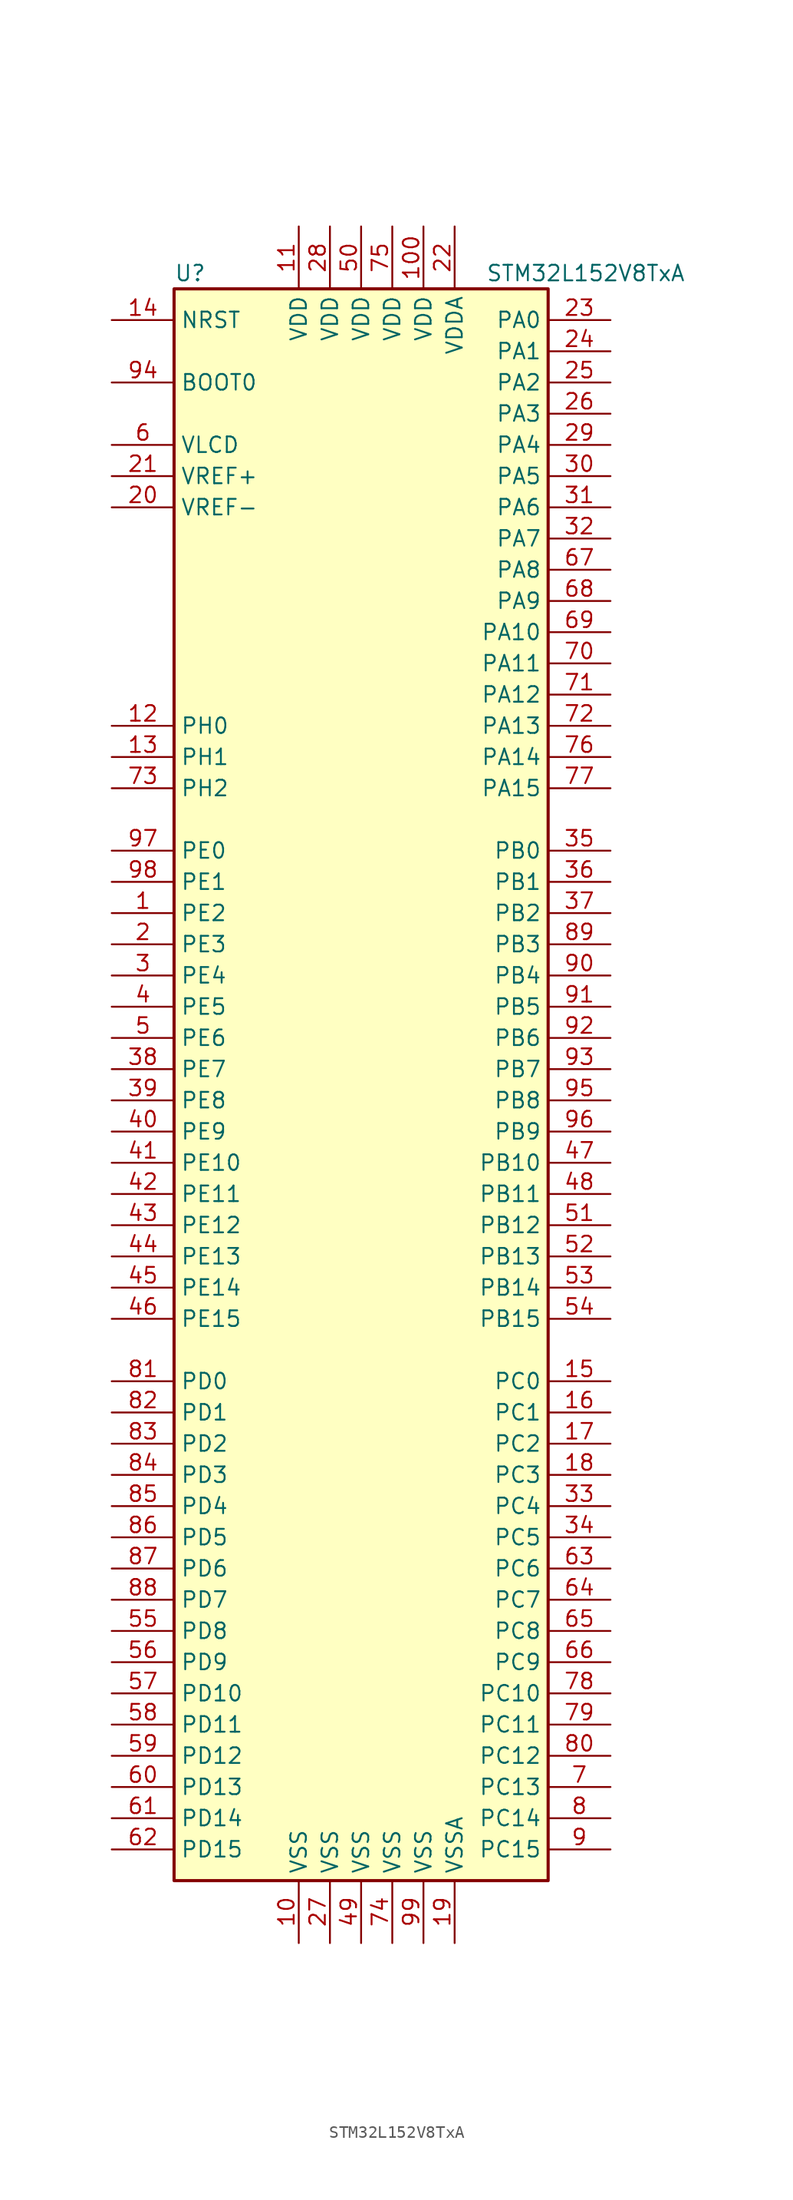
<source format=kicad_sym>
(kicad_symbol_lib
  (version 20201005)
  (generator kicad_symbol_editor)
  (symbol "STM32L152V8TxA"
    (property "Reference" "U"
      (at -15.24 64.77 0)
      (effects (font (size 1.27 1.27)) (justify left)))
    (property "Value" "STM32L152V8TxA"
      (at 10.16 64.77 0)
      (effects (font (size 1.27 1.27)) (justify left)))
    (symbol "STM32L152V8TxA_0_1"
      (rectangle (start -15.24 -66.04) (end 15.24 63.5) (stroke (width 0.254)) (fill (type background))))
    (symbol "STM32L152V8TxA_1_1"
      (pin bidirectional line (at -20.32 12.7 0) (length 5.08) (name "PE2" (effects (font (size 1.27 1.27)))) (number "1" (effects (font (size 1.27 1.27)))))
      (pin power_in line (at -5.08 -71.12 90) (length 5.08) (name "VSS" (effects (font (size 1.27 1.27)))) (number "10" (effects (font (size 1.27 1.27)))))
      (pin power_in line (at 5.08 68.58 270) (length 5.08) (name "VDD" (effects (font (size 1.27 1.27)))) (number "100" (effects (font (size 1.27 1.27)))))
      (pin power_in line (at -5.08 68.58 270) (length 5.08) (name "VDD" (effects (font (size 1.27 1.27)))) (number "11" (effects (font (size 1.27 1.27)))))
      (pin input line (at -20.32 27.94 0) (length 5.08) (name "PH0" (effects (font (size 1.27 1.27)))) (number "12" (effects (font (size 1.27 1.27)))))
      (pin input line (at -20.32 25.4 0) (length 5.08) (name "PH1" (effects (font (size 1.27 1.27)))) (number "13" (effects (font (size 1.27 1.27)))))
      (pin input line (at -20.32 60.96 0) (length 5.08) (name "NRST" (effects (font (size 1.27 1.27)))) (number "14" (effects (font (size 1.27 1.27)))))
      (pin bidirectional line (at 20.32 -25.4 180) (length 5.08) (name "PC0" (effects (font (size 1.27 1.27)))) (number "15" (effects (font (size 1.27 1.27)))))
      (pin bidirectional line (at 20.32 -27.94 180) (length 5.08) (name "PC1" (effects (font (size 1.27 1.27)))) (number "16" (effects (font (size 1.27 1.27)))))
      (pin bidirectional line (at 20.32 -30.48 180) (length 5.08) (name "PC2" (effects (font (size 1.27 1.27)))) (number "17" (effects (font (size 1.27 1.27)))))
      (pin bidirectional line (at 20.32 -33.02 180) (length 5.08) (name "PC3" (effects (font (size 1.27 1.27)))) (number "18" (effects (font (size 1.27 1.27)))))
      (pin power_in line (at 7.62 -71.12 90) (length 5.08) (name "VSSA" (effects (font (size 1.27 1.27)))) (number "19" (effects (font (size 1.27 1.27)))))
      (pin bidirectional line (at -20.32 10.16 0) (length 5.08) (name "PE3" (effects (font (size 1.27 1.27)))) (number "2" (effects (font (size 1.27 1.27)))))
      (pin power_in line (at -20.32 45.72 0) (length 5.08) (name "VREF-" (effects (font (size 1.27 1.27)))) (number "20" (effects (font (size 1.27 1.27)))))
      (pin power_in line (at -20.32 48.26 0) (length 5.08) (name "VREF+" (effects (font (size 1.27 1.27)))) (number "21" (effects (font (size 1.27 1.27)))))
      (pin power_in line (at 7.62 68.58 270) (length 5.08) (name "VDDA" (effects (font (size 1.27 1.27)))) (number "22" (effects (font (size 1.27 1.27)))))
      (pin bidirectional line (at 20.32 60.96 180) (length 5.08) (name "PA0" (effects (font (size 1.27 1.27)))) (number "23" (effects (font (size 1.27 1.27)))))
      (pin bidirectional line (at 20.32 58.42 180) (length 5.08) (name "PA1" (effects (font (size 1.27 1.27)))) (number "24" (effects (font (size 1.27 1.27)))))
      (pin bidirectional line (at 20.32 55.88 180) (length 5.08) (name "PA2" (effects (font (size 1.27 1.27)))) (number "25" (effects (font (size 1.27 1.27)))))
      (pin bidirectional line (at 20.32 53.34 180) (length 5.08) (name "PA3" (effects (font (size 1.27 1.27)))) (number "26" (effects (font (size 1.27 1.27)))))
      (pin power_in line (at -2.54 -71.12 90) (length 5.08) (name "VSS" (effects (font (size 1.27 1.27)))) (number "27" (effects (font (size 1.27 1.27)))))
      (pin power_in line (at -2.54 68.58 270) (length 5.08) (name "VDD" (effects (font (size 1.27 1.27)))) (number "28" (effects (font (size 1.27 1.27)))))
      (pin bidirectional line (at 20.32 50.8 180) (length 5.08) (name "PA4" (effects (font (size 1.27 1.27)))) (number "29" (effects (font (size 1.27 1.27)))))
      (pin bidirectional line (at -20.32 7.62 0) (length 5.08) (name "PE4" (effects (font (size 1.27 1.27)))) (number "3" (effects (font (size 1.27 1.27)))))
      (pin bidirectional line (at 20.32 48.26 180) (length 5.08) (name "PA5" (effects (font (size 1.27 1.27)))) (number "30" (effects (font (size 1.27 1.27)))))
      (pin bidirectional line (at 20.32 45.72 180) (length 5.08) (name "PA6" (effects (font (size 1.27 1.27)))) (number "31" (effects (font (size 1.27 1.27)))))
      (pin bidirectional line (at 20.32 43.18 180) (length 5.08) (name "PA7" (effects (font (size 1.27 1.27)))) (number "32" (effects (font (size 1.27 1.27)))))
      (pin bidirectional line (at 20.32 -35.56 180) (length 5.08) (name "PC4" (effects (font (size 1.27 1.27)))) (number "33" (effects (font (size 1.27 1.27)))))
      (pin bidirectional line (at 20.32 -38.1 180) (length 5.08) (name "PC5" (effects (font (size 1.27 1.27)))) (number "34" (effects (font (size 1.27 1.27)))))
      (pin bidirectional line (at 20.32 17.78 180) (length 5.08) (name "PB0" (effects (font (size 1.27 1.27)))) (number "35" (effects (font (size 1.27 1.27)))))
      (pin bidirectional line (at 20.32 15.24 180) (length 5.08) (name "PB1" (effects (font (size 1.27 1.27)))) (number "36" (effects (font (size 1.27 1.27)))))
      (pin bidirectional line (at 20.32 12.7 180) (length 5.08) (name "PB2" (effects (font (size 1.27 1.27)))) (number "37" (effects (font (size 1.27 1.27)))))
      (pin bidirectional line (at -20.32 0 0) (length 5.08) (name "PE7" (effects (font (size 1.27 1.27)))) (number "38" (effects (font (size 1.27 1.27)))))
      (pin bidirectional line (at -20.32 -2.54 0) (length 5.08) (name "PE8" (effects (font (size 1.27 1.27)))) (number "39" (effects (font (size 1.27 1.27)))))
      (pin bidirectional line (at -20.32 5.08 0) (length 5.08) (name "PE5" (effects (font (size 1.27 1.27)))) (number "4" (effects (font (size 1.27 1.27)))))
      (pin bidirectional line (at -20.32 -5.08 0) (length 5.08) (name "PE9" (effects (font (size 1.27 1.27)))) (number "40" (effects (font (size 1.27 1.27)))))
      (pin bidirectional line (at -20.32 -7.62 0) (length 5.08) (name "PE10" (effects (font (size 1.27 1.27)))) (number "41" (effects (font (size 1.27 1.27)))))
      (pin bidirectional line (at -20.32 -10.16 0) (length 5.08) (name "PE11" (effects (font (size 1.27 1.27)))) (number "42" (effects (font (size 1.27 1.27)))))
      (pin bidirectional line (at -20.32 -12.7 0) (length 5.08) (name "PE12" (effects (font (size 1.27 1.27)))) (number "43" (effects (font (size 1.27 1.27)))))
      (pin bidirectional line (at -20.32 -15.24 0) (length 5.08) (name "PE13" (effects (font (size 1.27 1.27)))) (number "44" (effects (font (size 1.27 1.27)))))
      (pin bidirectional line (at -20.32 -17.78 0) (length 5.08) (name "PE14" (effects (font (size 1.27 1.27)))) (number "45" (effects (font (size 1.27 1.27)))))
      (pin bidirectional line (at -20.32 -20.32 0) (length 5.08) (name "PE15" (effects (font (size 1.27 1.27)))) (number "46" (effects (font (size 1.27 1.27)))))
      (pin bidirectional line (at 20.32 -7.62 180) (length 5.08) (name "PB10" (effects (font (size 1.27 1.27)))) (number "47" (effects (font (size 1.27 1.27)))))
      (pin bidirectional line (at 20.32 -10.16 180) (length 5.08) (name "PB11" (effects (font (size 1.27 1.27)))) (number "48" (effects (font (size 1.27 1.27)))))
      (pin power_in line (at 0 -71.12 90) (length 5.08) (name "VSS" (effects (font (size 1.27 1.27)))) (number "49" (effects (font (size 1.27 1.27)))))
      (pin bidirectional line (at -20.32 2.54 0) (length 5.08) (name "PE6" (effects (font (size 1.27 1.27)))) (number "5" (effects (font (size 1.27 1.27)))))
      (pin power_in line (at 0 68.58 270) (length 5.08) (name "VDD" (effects (font (size 1.27 1.27)))) (number "50" (effects (font (size 1.27 1.27)))))
      (pin bidirectional line (at 20.32 -12.7 180) (length 5.08) (name "PB12" (effects (font (size 1.27 1.27)))) (number "51" (effects (font (size 1.27 1.27)))))
      (pin bidirectional line (at 20.32 -15.24 180) (length 5.08) (name "PB13" (effects (font (size 1.27 1.27)))) (number "52" (effects (font (size 1.27 1.27)))))
      (pin bidirectional line (at 20.32 -17.78 180) (length 5.08) (name "PB14" (effects (font (size 1.27 1.27)))) (number "53" (effects (font (size 1.27 1.27)))))
      (pin bidirectional line (at 20.32 -20.32 180) (length 5.08) (name "PB15" (effects (font (size 1.27 1.27)))) (number "54" (effects (font (size 1.27 1.27)))))
      (pin bidirectional line (at -20.32 -45.72 0) (length 5.08) (name "PD8" (effects (font (size 1.27 1.27)))) (number "55" (effects (font (size 1.27 1.27)))))
      (pin bidirectional line (at -20.32 -48.26 0) (length 5.08) (name "PD9" (effects (font (size 1.27 1.27)))) (number "56" (effects (font (size 1.27 1.27)))))
      (pin bidirectional line (at -20.32 -50.8 0) (length 5.08) (name "PD10" (effects (font (size 1.27 1.27)))) (number "57" (effects (font (size 1.27 1.27)))))
      (pin bidirectional line (at -20.32 -53.34 0) (length 5.08) (name "PD11" (effects (font (size 1.27 1.27)))) (number "58" (effects (font (size 1.27 1.27)))))
      (pin bidirectional line (at -20.32 -55.88 0) (length 5.08) (name "PD12" (effects (font (size 1.27 1.27)))) (number "59" (effects (font (size 1.27 1.27)))))
      (pin power_in line (at -20.32 50.8 0) (length 5.08) (name "VLCD" (effects (font (size 1.27 1.27)))) (number "6" (effects (font (size 1.27 1.27)))))
      (pin bidirectional line (at -20.32 -58.42 0) (length 5.08) (name "PD13" (effects (font (size 1.27 1.27)))) (number "60" (effects (font (size 1.27 1.27)))))
      (pin bidirectional line (at -20.32 -60.96 0) (length 5.08) (name "PD14" (effects (font (size 1.27 1.27)))) (number "61" (effects (font (size 1.27 1.27)))))
      (pin bidirectional line (at -20.32 -63.5 0) (length 5.08) (name "PD15" (effects (font (size 1.27 1.27)))) (number "62" (effects (font (size 1.27 1.27)))))
      (pin bidirectional line (at 20.32 -40.64 180) (length 5.08) (name "PC6" (effects (font (size 1.27 1.27)))) (number "63" (effects (font (size 1.27 1.27)))))
      (pin bidirectional line (at 20.32 -43.18 180) (length 5.08) (name "PC7" (effects (font (size 1.27 1.27)))) (number "64" (effects (font (size 1.27 1.27)))))
      (pin bidirectional line (at 20.32 -45.72 180) (length 5.08) (name "PC8" (effects (font (size 1.27 1.27)))) (number "65" (effects (font (size 1.27 1.27)))))
      (pin bidirectional line (at 20.32 -48.26 180) (length 5.08) (name "PC9" (effects (font (size 1.27 1.27)))) (number "66" (effects (font (size 1.27 1.27)))))
      (pin bidirectional line (at 20.32 40.64 180) (length 5.08) (name "PA8" (effects (font (size 1.27 1.27)))) (number "67" (effects (font (size 1.27 1.27)))))
      (pin bidirectional line (at 20.32 38.1 180) (length 5.08) (name "PA9" (effects (font (size 1.27 1.27)))) (number "68" (effects (font (size 1.27 1.27)))))
      (pin bidirectional line (at 20.32 35.56 180) (length 5.08) (name "PA10" (effects (font (size 1.27 1.27)))) (number "69" (effects (font (size 1.27 1.27)))))
      (pin bidirectional line (at 20.32 -58.42 180) (length 5.08) (name "PC13" (effects (font (size 1.27 1.27)))) (number "7" (effects (font (size 1.27 1.27)))))
      (pin bidirectional line (at 20.32 33.02 180) (length 5.08) (name "PA11" (effects (font (size 1.27 1.27)))) (number "70" (effects (font (size 1.27 1.27)))))
      (pin bidirectional line (at 20.32 30.48 180) (length 5.08) (name "PA12" (effects (font (size 1.27 1.27)))) (number "71" (effects (font (size 1.27 1.27)))))
      (pin bidirectional line (at 20.32 27.94 180) (length 5.08) (name "PA13" (effects (font (size 1.27 1.27)))) (number "72" (effects (font (size 1.27 1.27)))))
      (pin bidirectional line (at -20.32 22.86 0) (length 5.08) (name "PH2" (effects (font (size 1.27 1.27)))) (number "73" (effects (font (size 1.27 1.27)))))
      (pin power_in line (at 2.54 -71.12 90) (length 5.08) (name "VSS" (effects (font (size 1.27 1.27)))) (number "74" (effects (font (size 1.27 1.27)))))
      (pin power_in line (at 2.54 68.58 270) (length 5.08) (name "VDD" (effects (font (size 1.27 1.27)))) (number "75" (effects (font (size 1.27 1.27)))))
      (pin bidirectional line (at 20.32 25.4 180) (length 5.08) (name "PA14" (effects (font (size 1.27 1.27)))) (number "76" (effects (font (size 1.27 1.27)))))
      (pin bidirectional line (at 20.32 22.86 180) (length 5.08) (name "PA15" (effects (font (size 1.27 1.27)))) (number "77" (effects (font (size 1.27 1.27)))))
      (pin bidirectional line (at 20.32 -50.8 180) (length 5.08) (name "PC10" (effects (font (size 1.27 1.27)))) (number "78" (effects (font (size 1.27 1.27)))))
      (pin bidirectional line (at 20.32 -53.34 180) (length 5.08) (name "PC11" (effects (font (size 1.27 1.27)))) (number "79" (effects (font (size 1.27 1.27)))))
      (pin bidirectional line (at 20.32 -60.96 180) (length 5.08) (name "PC14" (effects (font (size 1.27 1.27)))) (number "8" (effects (font (size 1.27 1.27)))))
      (pin bidirectional line (at 20.32 -55.88 180) (length 5.08) (name "PC12" (effects (font (size 1.27 1.27)))) (number "80" (effects (font (size 1.27 1.27)))))
      (pin bidirectional line (at -20.32 -25.4 0) (length 5.08) (name "PD0" (effects (font (size 1.27 1.27)))) (number "81" (effects (font (size 1.27 1.27)))))
      (pin bidirectional line (at -20.32 -27.94 0) (length 5.08) (name "PD1" (effects (font (size 1.27 1.27)))) (number "82" (effects (font (size 1.27 1.27)))))
      (pin bidirectional line (at -20.32 -30.48 0) (length 5.08) (name "PD2" (effects (font (size 1.27 1.27)))) (number "83" (effects (font (size 1.27 1.27)))))
      (pin bidirectional line (at -20.32 -33.02 0) (length 5.08) (name "PD3" (effects (font (size 1.27 1.27)))) (number "84" (effects (font (size 1.27 1.27)))))
      (pin bidirectional line (at -20.32 -35.56 0) (length 5.08) (name "PD4" (effects (font (size 1.27 1.27)))) (number "85" (effects (font (size 1.27 1.27)))))
      (pin bidirectional line (at -20.32 -38.1 0) (length 5.08) (name "PD5" (effects (font (size 1.27 1.27)))) (number "86" (effects (font (size 1.27 1.27)))))
      (pin bidirectional line (at -20.32 -40.64 0) (length 5.08) (name "PD6" (effects (font (size 1.27 1.27)))) (number "87" (effects (font (size 1.27 1.27)))))
      (pin bidirectional line (at -20.32 -43.18 0) (length 5.08) (name "PD7" (effects (font (size 1.27 1.27)))) (number "88" (effects (font (size 1.27 1.27)))))
      (pin bidirectional line (at 20.32 10.16 180) (length 5.08) (name "PB3" (effects (font (size 1.27 1.27)))) (number "89" (effects (font (size 1.27 1.27)))))
      (pin bidirectional line (at 20.32 -63.5 180) (length 5.08) (name "PC15" (effects (font (size 1.27 1.27)))) (number "9" (effects (font (size 1.27 1.27)))))
      (pin bidirectional line (at 20.32 7.62 180) (length 5.08) (name "PB4" (effects (font (size 1.27 1.27)))) (number "90" (effects (font (size 1.27 1.27)))))
      (pin bidirectional line (at 20.32 5.08 180) (length 5.08) (name "PB5" (effects (font (size 1.27 1.27)))) (number "91" (effects (font (size 1.27 1.27)))))
      (pin bidirectional line (at 20.32 2.54 180) (length 5.08) (name "PB6" (effects (font (size 1.27 1.27)))) (number "92" (effects (font (size 1.27 1.27)))))
      (pin bidirectional line (at 20.32 0 180) (length 5.08) (name "PB7" (effects (font (size 1.27 1.27)))) (number "93" (effects (font (size 1.27 1.27)))))
      (pin input line (at -20.32 55.88 0) (length 5.08) (name "BOOT0" (effects (font (size 1.27 1.27)))) (number "94" (effects (font (size 1.27 1.27)))))
      (pin bidirectional line (at 20.32 -2.54 180) (length 5.08) (name "PB8" (effects (font (size 1.27 1.27)))) (number "95" (effects (font (size 1.27 1.27)))))
      (pin bidirectional line (at 20.32 -5.08 180) (length 5.08) (name "PB9" (effects (font (size 1.27 1.27)))) (number "96" (effects (font (size 1.27 1.27)))))
      (pin bidirectional line (at -20.32 17.78 0) (length 5.08) (name "PE0" (effects (font (size 1.27 1.27)))) (number "97" (effects (font (size 1.27 1.27)))))
      (pin bidirectional line (at -20.32 15.24 0) (length 5.08) (name "PE1" (effects (font (size 1.27 1.27)))) (number "98" (effects (font (size 1.27 1.27)))))
      (pin power_in line (at 5.08 -71.12 90) (length 5.08) (name "VSS" (effects (font (size 1.27 1.27)))) (number "99" (effects (font (size 1.27 1.27))))))))
</source>
